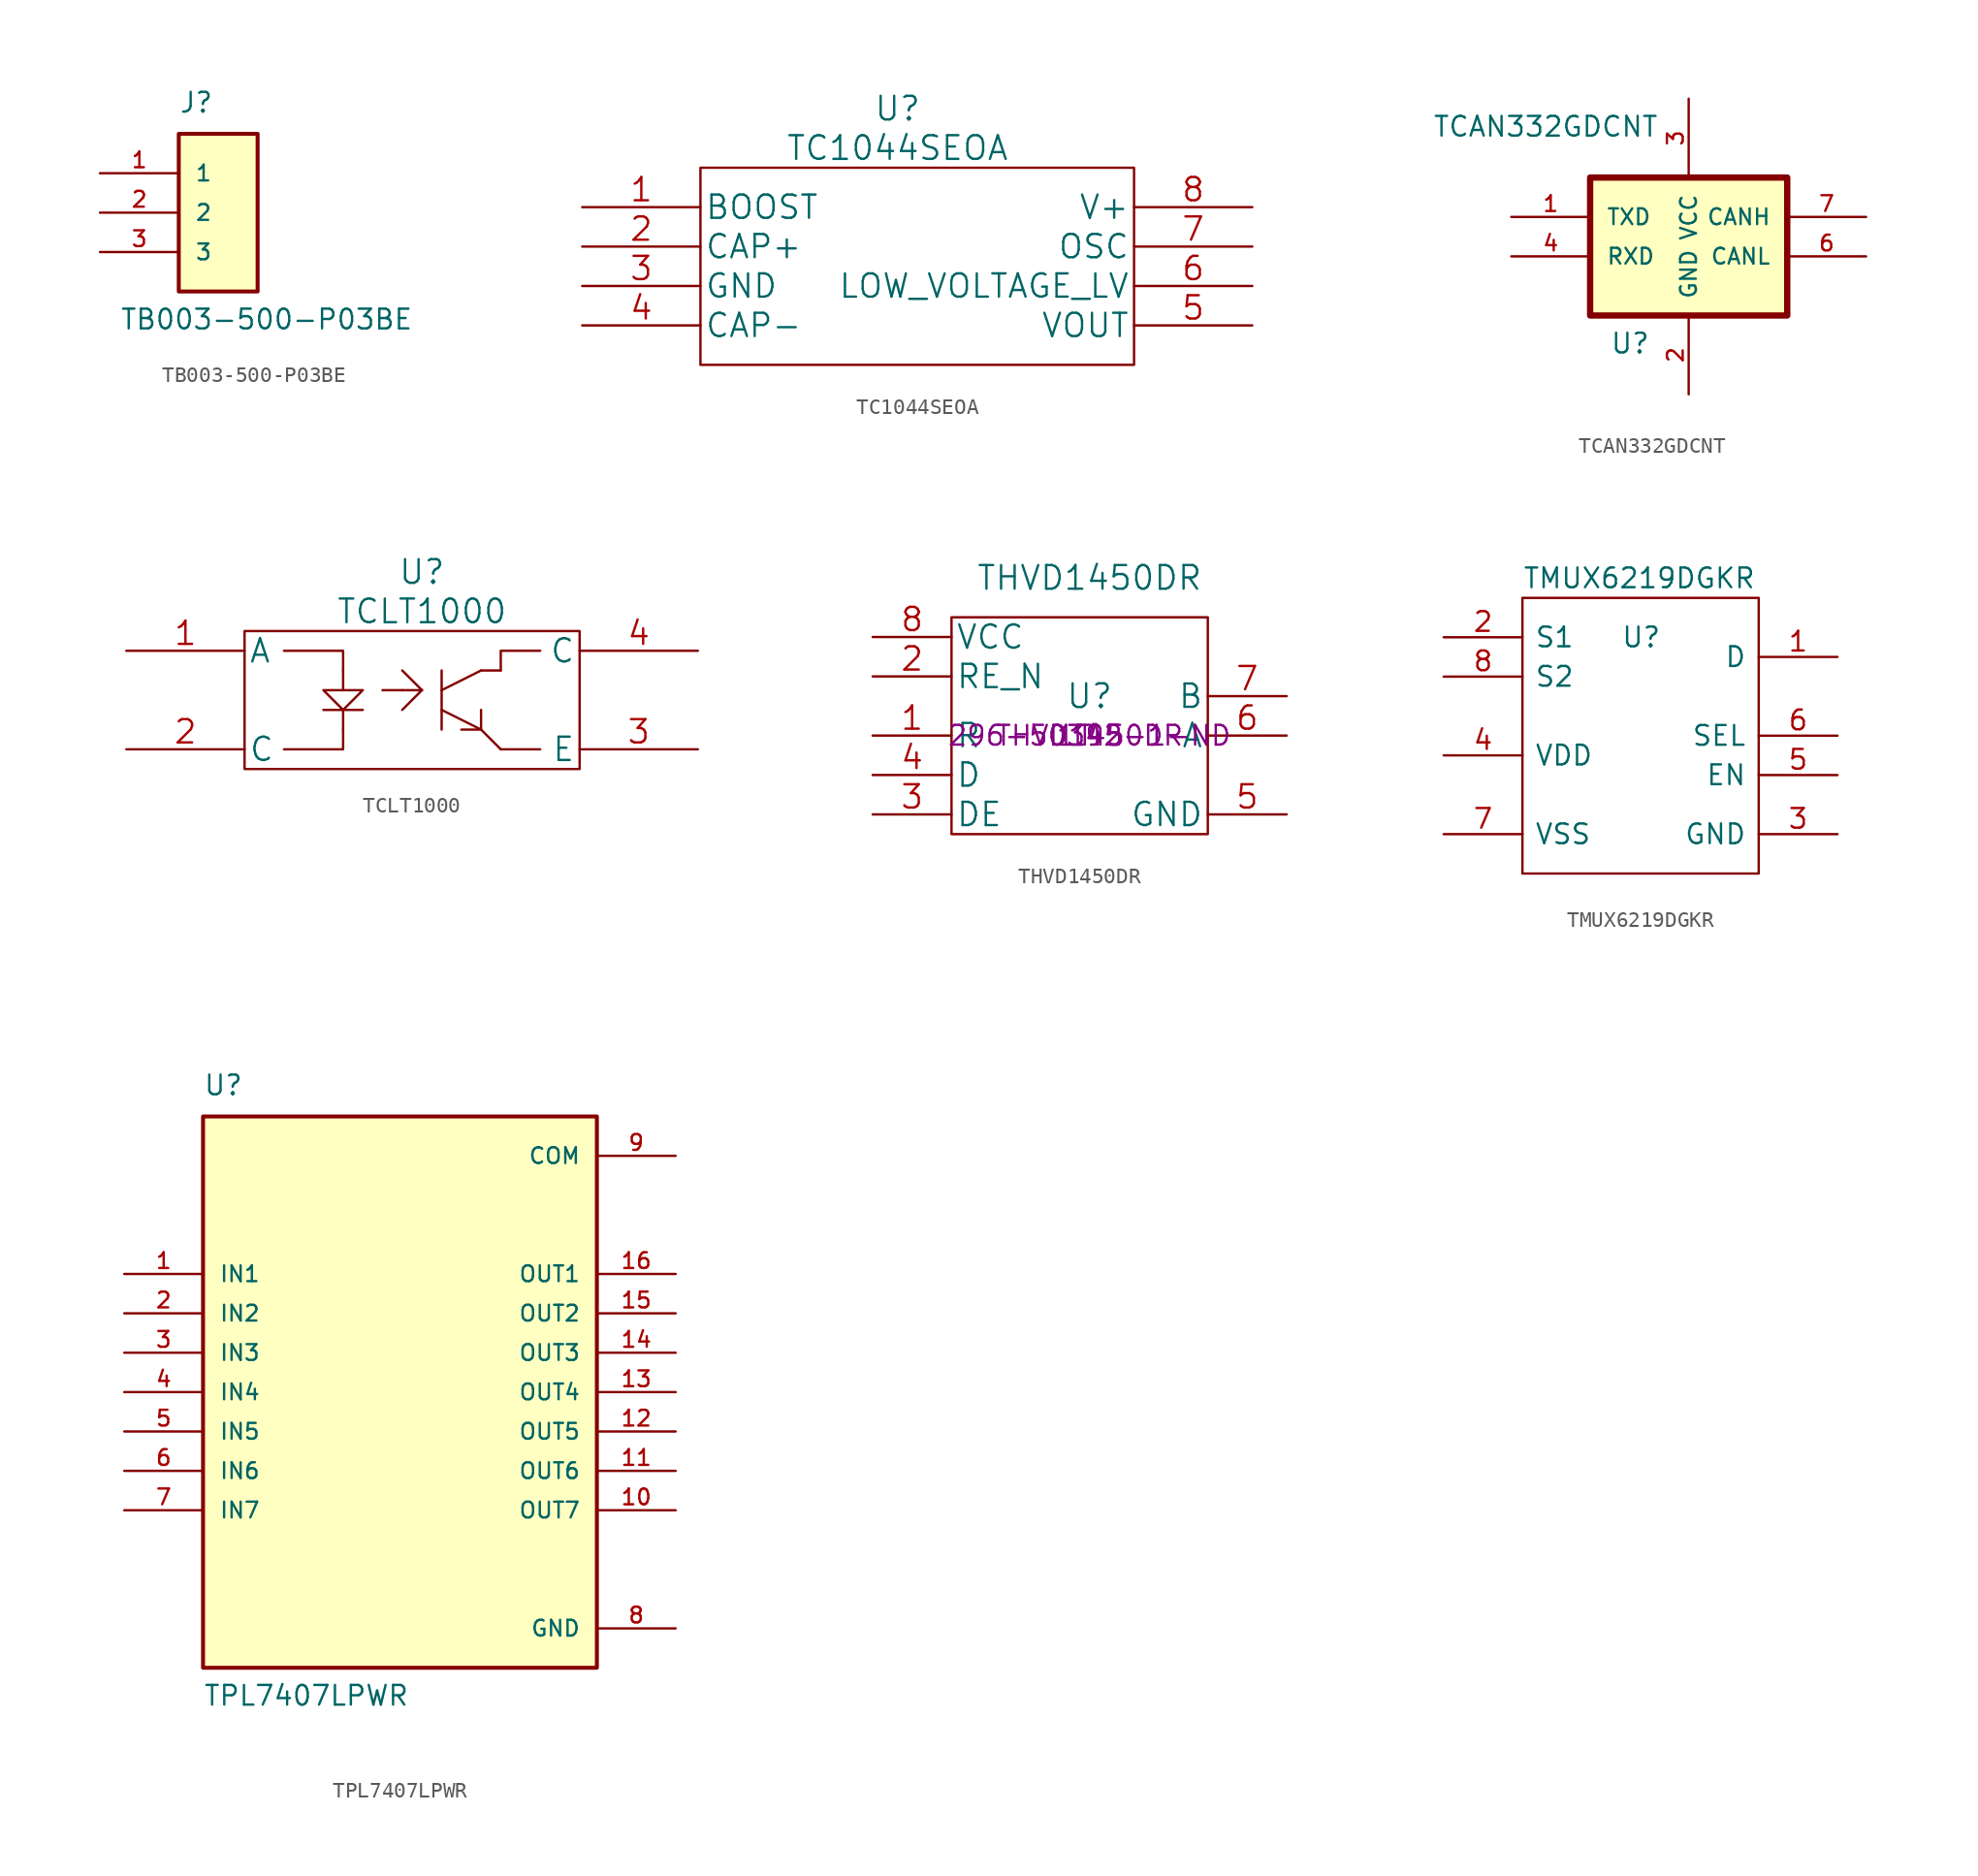
<source format=kicad_sym>
(kicad_symbol_lib
  (version 20211014)
  (generator kicad_symbol_editor)
  (symbol "TB003-500-P03BE"
    (pin_names
      (offset 1.016))
    (property "Reference" "J"
      (at -5.08 6.35 0)
      (effects (font (size 1.27 1.27)) (justify left bottom)))
    (property "Value" "TB003-500-P03BE"
      (at -8.89 -7.62 0)
      (effects (font (size 1.27 1.27)) (justify left bottom)))
    (symbol "TB003-500-P03BE_0_0"
      (rectangle (start -5.08 -5.08) (end 0 5.08) (stroke (width 0.254) (type default) (color 0 0 0 0)) (fill (type background)))
      (pin passive line (at -10.16 2.54 0) (length 5.08) (name "1" (effects (font (size 1.016 1.016)))) (number "1" (effects (font (size 1.016 1.016)))))
      (pin passive line (at -10.16 0 0) (length 5.08) (name "2" (effects (font (size 1.016 1.016)))) (number "2" (effects (font (size 1.016 1.016)))))
      (pin passive line (at -10.16 -2.54 0) (length 5.08) (name "3" (effects (font (size 1.016 1.016)))) (number "3" (effects (font (size 1.016 1.016)))))))
  (symbol "TC1044SEOA"
    (pin_names
      (offset 0.254))
    (property "Reference" "U"
      (at -1.27 10.16 0)
      (effects (font (size 1.524 1.524))))
    (property "Value" "TC1044SEOA"
      (at -1.27 7.62 0)
      (effects (font (size 1.524 1.524))))
    (symbol "TC1044SEOA_1_1"
      (rectangle (start 13.97 6.35) (end -13.97 -6.35) (stroke (width 0) (type default) (color 0 0 0 0)) (fill (type none)))
      (pin passive line (at -21.59 3.81 0) (length 7.62) (name "BOOST" (effects (font (size 1.499 1.499)))) (number "1" (effects (font (size 1.499 1.499)))))
      (pin passive line (at -21.59 1.27 0) (length 7.62) (name "CAP+" (effects (font (size 1.499 1.499)))) (number "2" (effects (font (size 1.499 1.499)))))
      (pin power_in line (at -21.59 -1.27 0) (length 7.62) (name "GND" (effects (font (size 1.499 1.499)))) (number "3" (effects (font (size 1.499 1.499)))))
      (pin passive line (at -21.59 -3.81 0) (length 7.62) (name "CAP-" (effects (font (size 1.499 1.499)))) (number "4" (effects (font (size 1.499 1.499)))))
      (pin power_out line (at 21.59 -3.81 180) (length 7.62) (name "VOUT" (effects (font (size 1.499 1.499)))) (number "5" (effects (font (size 1.499 1.499)))))
      (pin passive line (at 21.59 -1.27 180) (length 7.62) (name "LOW_VOLTAGE_LV" (effects (font (size 1.499 1.499)))) (number "6" (effects (font (size 1.499 1.499)))))
      (pin passive line (at 21.59 1.27 180) (length 7.62) (name "OSC" (effects (font (size 1.499 1.499)))) (number "7" (effects (font (size 1.499 1.499)))))
      (pin power_in line (at 21.59 3.81 180) (length 7.62) (name "V+" (effects (font (size 1.499 1.499)))) (number "8" (effects (font (size 1.499 1.499)))))))
  (symbol "TCAN332GDCNT"
    (pin_names
      (offset 1.016))
    (property "Reference" "U"
      (at -5.08 -7.62 0)
      (effects (font (size 1.27 1.27)) (justify left bottom)))
    (property "Value" "TCAN332GDCNT"
      (at -16.51 6.35 0)
      (effects (font (size 1.27 1.27)) (justify left bottom)))
    (symbol "TCAN332GDCNT_0_0"
      (rectangle (start -6.35 -5.08) (end 6.35 3.81) (stroke (width 0.406) (type default) (color 0 0 0 0)) (fill (type background)))
      (pin input line (at -11.43 1.27 0) (length 5.08) (name "TXD" (effects (font (size 1.016 1.016)))) (number "1" (effects (font (size 1.016 1.016)))))
      (pin power_in line (at 0 -10.16 90) (length 5.08) (name "GND" (effects (font (size 1.016 1.016)))) (number "2" (effects (font (size 1.016 1.016)))))
      (pin power_in line (at 0 8.89 270) (length 5.08) (name "VCC" (effects (font (size 1.016 1.016)))) (number "3" (effects (font (size 1.016 1.016)))))
      (pin output line (at -11.43 -1.27 0) (length 5.08) (name "RXD" (effects (font (size 1.016 1.016)))) (number "4" (effects (font (size 1.016 1.016)))))
      (pin bidirectional line (at 11.43 -1.27 180) (length 5.08) (name "CANL" (effects (font (size 1.016 1.016)))) (number "6" (effects (font (size 1.016 1.016)))))
      (pin bidirectional line (at 11.43 1.27 180) (length 5.08) (name "CANH" (effects (font (size 1.016 1.016)))) (number "7" (effects (font (size 1.016 1.016)))))))
  (symbol "TCLT1000"
    (pin_names
      (offset 0.254))
    (property "Reference" "U"
      (at 0 7.62 0)
      (effects (font (size 1.524 1.524))))
    (property "Value" "TCLT1000"
      (at 0 5.08 0)
      (effects (font (size 1.524 1.524))))
    (symbol "TCLT1000_1_1"
      (rectangle (start -11.43 3.81) (end 10.16 -5.08) (stroke (width 0) (type default) (color 0 0 0 0)) (fill (type none)))
      (polyline (pts (xy -6.35 -1.27) (xy -3.81 -1.27)) (stroke (width 0) (type default) (color 0 0 0 0)) (fill (type none)))
      (polyline (pts (xy -5.08 -1.27) (xy -5.08 -2.54)) (stroke (width 0) (type default) (color 0 0 0 0)) (fill (type none)))
      (polyline (pts (xy -5.08 0) (xy -5.08 1.27)) (stroke (width 0) (type default) (color 0 0 0 0)) (fill (type none)))
      (polyline (pts (xy -1.27 0) (xy -2.54 0)) (stroke (width 0) (type default) (color 0 0 0 0)) (fill (type none)))
      (polyline (pts (xy -1.27 0) (xy 0 0)) (stroke (width 0) (type default) (color 0 0 0 0)) (fill (type none)))
      (polyline (pts (xy -1.27 1.27) (xy 0 0)) (stroke (width 0) (type default) (color 0 0 0 0)) (fill (type none)))
      (polyline (pts (xy 0 0) (xy -1.27 -1.27)) (stroke (width 0) (type default) (color 0 0 0 0)) (fill (type none)))
      (polyline (pts (xy 1.27 -1.27) (xy 3.81 -2.54)) (stroke (width 0) (type default) (color 0 0 0 0)) (fill (type none)))
      (polyline (pts (xy 1.27 0) (xy 3.81 1.27)) (stroke (width 0) (type default) (color 0 0 0 0)) (fill (type none)))
      (polyline (pts (xy 1.27 1.27) (xy 1.27 -2.54)) (stroke (width 0) (type default) (color 0 0 0 0)) (fill (type none)))
      (polyline (pts (xy 3.81 -2.54) (xy 5.08 -3.81)) (stroke (width 0) (type default) (color 0 0 0 0)) (fill (type none)))
      (polyline (pts (xy 3.81 1.27) (xy 5.08 1.27)) (stroke (width 0) (type default) (color 0 0 0 0)) (fill (type none)))
      (polyline (pts (xy 5.08 -3.81) (xy 7.62 -3.81)) (stroke (width 0) (type default) (color 0 0 0 0)) (fill (type none)))
      (polyline (pts (xy -5.08 -2.54) (xy -5.08 -3.81) (xy -8.89 -3.81)) (stroke (width 0) (type default) (color 0 0 0 0)) (fill (type none)))
      (polyline (pts (xy -5.08 1.27) (xy -5.08 2.54) (xy -8.89 2.54)) (stroke (width 0) (type default) (color 0 0 0 0)) (fill (type none)))
      (polyline (pts (xy 5.08 1.27) (xy 5.08 2.54) (xy 7.62 2.54)) (stroke (width 0) (type default) (color 0 0 0 0)) (fill (type none)))
      (polyline (pts (xy -6.35 0) (xy -3.81 0) (xy -5.08 -1.27) (xy -6.35 0)) (stroke (width 0) (type default) (color 0 0 0 0)) (fill (type none)))
      (polyline (pts (xy 3.81 -2.54) (xy 2.54 -2.54) (xy 3.81 -2.54) (xy 3.81 -1.27)) (stroke (width 0) (type default) (color 0 0 0 0)) (fill (type none)))
      (pin passive line (at -19.05 2.54 0) (length 7.62) (name "A" (effects (font (size 1.499 1.499)))) (number "1" (effects (font (size 1.499 1.499)))))
      (pin passive line (at -19.05 -3.81 0) (length 7.62) (name "C" (effects (font (size 1.499 1.499)))) (number "2" (effects (font (size 1.499 1.499)))))
      (pin passive line (at 17.78 -3.81 180) (length 7.62) (name "E" (effects (font (size 1.499 1.499)))) (number "3" (effects (font (size 1.499 1.499)))))
      (pin passive line (at 17.78 2.54 180) (length 7.62) (name "C" (effects (font (size 1.499 1.499)))) (number "4" (effects (font (size 1.499 1.499)))))))
  (symbol "THVD1450DR"
    (pin_names
      (offset 0.254))
    (property "Reference" "U"
      (at 0 2.54 0)
      (effects (font (size 1.524 1.524))))
    (property "Value" "THVD1450DR"
      (at 0 10.16 0)
      (effects (font (size 1.524 1.524))))
    (property "Datasheet" ""
      (at 0 0 0)
      (effects (font (size 1.524 1.524))))
    (property "Digikey" "296-50395-1-ND"
      (at 0 0 0)
      (effects (font (size 1.27 1.27))))
    (property "MPN" "THVD1450DR"
      (at 0 0 0)
      (effects (font (size 1.27 1.27))))
    (property "Manufacturer" "TI"
      (at 0 0 0)
      (effects (font (size 1.27 1.27))))
    (property "Price" "1.42"
      (at 0 0 0)
      (effects (font (size 1.27 1.27))))
    (symbol "THVD1450DR_1_1"
      (rectangle (start -8.89 7.62) (end 7.62 -6.35) (stroke (width 0) (type default) (color 0 0 0 0)) (fill (type none)))
      (pin output line (at -13.97 0 0) (length 5.08) (name "R" (effects (font (size 1.499 1.499)))) (number "1" (effects (font (size 1.499 1.499)))))
      (pin input line (at -13.97 3.81 0) (length 5.08) (name "RE_N" (effects (font (size 1.499 1.499)))) (number "2" (effects (font (size 1.499 1.499)))))
      (pin input line (at -13.97 -5.08 0) (length 5.08) (name "DE" (effects (font (size 1.499 1.499)))) (number "3" (effects (font (size 1.499 1.499)))))
      (pin input line (at -13.97 -2.54 0) (length 5.08) (name "D" (effects (font (size 1.499 1.499)))) (number "4" (effects (font (size 1.499 1.499)))))
      (pin power_in line (at 12.7 -5.08 180) (length 5.08) (name "GND" (effects (font (size 1.499 1.499)))) (number "5" (effects (font (size 1.499 1.499)))))
      (pin bidirectional line (at 12.7 0 180) (length 5.08) (name "A" (effects (font (size 1.499 1.499)))) (number "6" (effects (font (size 1.499 1.499)))))
      (pin bidirectional line (at 12.7 2.54 180) (length 5.08) (name "B" (effects (font (size 1.499 1.499)))) (number "7" (effects (font (size 1.499 1.499)))))
      (pin power_in line (at -13.97 6.35 0) (length 5.08) (name "VCC" (effects (font (size 1.499 1.499)))) (number "8" (effects (font (size 1.499 1.499)))))))
  (symbol "TMUX6219DGKR"
    (pin_names
      (offset 0.762))
    (property "Reference" "U"
      (at -1.27 6.35 0)
      (effects (font (size 1.27 1.27)) (justify left)))
    (property "Value" "TMUX6219DGKR"
      (at -7.62 10.16 0)
      (effects (font (size 1.27 1.27)) (justify left)))
    (symbol "TMUX6219DGKR_0_0"
      (pin passive line (at 12.7 5.08 180) (length 5.08) (name "D" (effects (font (size 1.27 1.27)))) (number "1" (effects (font (size 1.27 1.27)))))
      (pin passive line (at -12.7 6.35 0) (length 5.08) (name "S1" (effects (font (size 1.27 1.27)))) (number "2" (effects (font (size 1.27 1.27)))))
      (pin power_in line (at 12.7 -6.35 180) (length 5.08) (name "GND" (effects (font (size 1.27 1.27)))) (number "3" (effects (font (size 1.27 1.27)))))
      (pin power_in line (at -12.7 -1.27 0) (length 5.08) (name "VDD" (effects (font (size 1.27 1.27)))) (number "4" (effects (font (size 1.27 1.27)))))
      (pin input line (at 12.7 -2.54 180) (length 5.08) (name "EN" (effects (font (size 1.27 1.27)))) (number "5" (effects (font (size 1.27 1.27)))))
      (pin passive line (at 12.7 0 180) (length 5.08) (name "SEL" (effects (font (size 1.27 1.27)))) (number "6" (effects (font (size 1.27 1.27)))))
      (pin passive line (at -12.7 -6.35 0) (length 5.08) (name "VSS" (effects (font (size 1.27 1.27)))) (number "7" (effects (font (size 1.27 1.27)))))
      (pin passive line (at -12.7 3.81 0) (length 5.08) (name "S2" (effects (font (size 1.27 1.27)))) (number "8" (effects (font (size 1.27 1.27))))))
    (symbol "TMUX6219DGKR_0_1"
      (rectangle (start -7.62 8.89) (end 7.62 -8.89) (stroke (width 0) (type default) (color 0 0 0 0)) (fill (type none)))))
  (symbol "TPL7407LPWR"
    (pin_names
      (offset 1.016))
    (property "Reference" "U"
      (at -12.7 19.05 0)
      (effects (font (size 1.27 1.27)) (justify left bottom)))
    (property "Value" "TPL7407LPWR"
      (at -12.7 -20.32 0)
      (effects (font (size 1.27 1.27)) (justify left bottom)))
    (symbol "TPL7407LPWR_0_0"
      (rectangle (start -12.7 -17.78) (end 12.7 17.78) (stroke (width 0.254) (type default) (color 0 0 0 0)) (fill (type background)))
      (pin input line (at -17.78 7.62 0) (length 5.08) (name "IN1" (effects (font (size 1.016 1.016)))) (number "1" (effects (font (size 1.016 1.016)))))
      (pin passive line (at 17.78 -7.62 180) (length 5.08) (name "OUT7" (effects (font (size 1.016 1.016)))) (number "10" (effects (font (size 1.016 1.016)))))
      (pin passive line (at 17.78 -5.08 180) (length 5.08) (name "OUT6" (effects (font (size 1.016 1.016)))) (number "11" (effects (font (size 1.016 1.016)))))
      (pin passive line (at 17.78 -2.54 180) (length 5.08) (name "OUT5" (effects (font (size 1.016 1.016)))) (number "12" (effects (font (size 1.016 1.016)))))
      (pin passive line (at 17.78 0 180) (length 5.08) (name "OUT4" (effects (font (size 1.016 1.016)))) (number "13" (effects (font (size 1.016 1.016)))))
      (pin passive line (at 17.78 2.54 180) (length 5.08) (name "OUT3" (effects (font (size 1.016 1.016)))) (number "14" (effects (font (size 1.016 1.016)))))
      (pin passive line (at 17.78 5.08 180) (length 5.08) (name "OUT2" (effects (font (size 1.016 1.016)))) (number "15" (effects (font (size 1.016 1.016)))))
      (pin passive line (at 17.78 7.62 180) (length 5.08) (name "OUT1" (effects (font (size 1.016 1.016)))) (number "16" (effects (font (size 1.016 1.016)))))
      (pin input line (at -17.78 5.08 0) (length 5.08) (name "IN2" (effects (font (size 1.016 1.016)))) (number "2" (effects (font (size 1.016 1.016)))))
      (pin input line (at -17.78 2.54 0) (length 5.08) (name "IN3" (effects (font (size 1.016 1.016)))) (number "3" (effects (font (size 1.016 1.016)))))
      (pin input line (at -17.78 0 0) (length 5.08) (name "IN4" (effects (font (size 1.016 1.016)))) (number "4" (effects (font (size 1.016 1.016)))))
      (pin input line (at -17.78 -2.54 0) (length 5.08) (name "IN5" (effects (font (size 1.016 1.016)))) (number "5" (effects (font (size 1.016 1.016)))))
      (pin input line (at -17.78 -5.08 0) (length 5.08) (name "IN6" (effects (font (size 1.016 1.016)))) (number "6" (effects (font (size 1.016 1.016)))))
      (pin input line (at -17.78 -7.62 0) (length 5.08) (name "IN7" (effects (font (size 1.016 1.016)))) (number "7" (effects (font (size 1.016 1.016)))))
      (pin power_in line (at 17.78 -15.24 180) (length 5.08) (name "GND" (effects (font (size 1.016 1.016)))) (number "8" (effects (font (size 1.016 1.016)))))
      (pin power_in line (at 17.78 15.24 180) (length 5.08) (name "COM" (effects (font (size 1.016 1.016)))) (number "9" (effects (font (size 1.016 1.016))))))))
</source>
